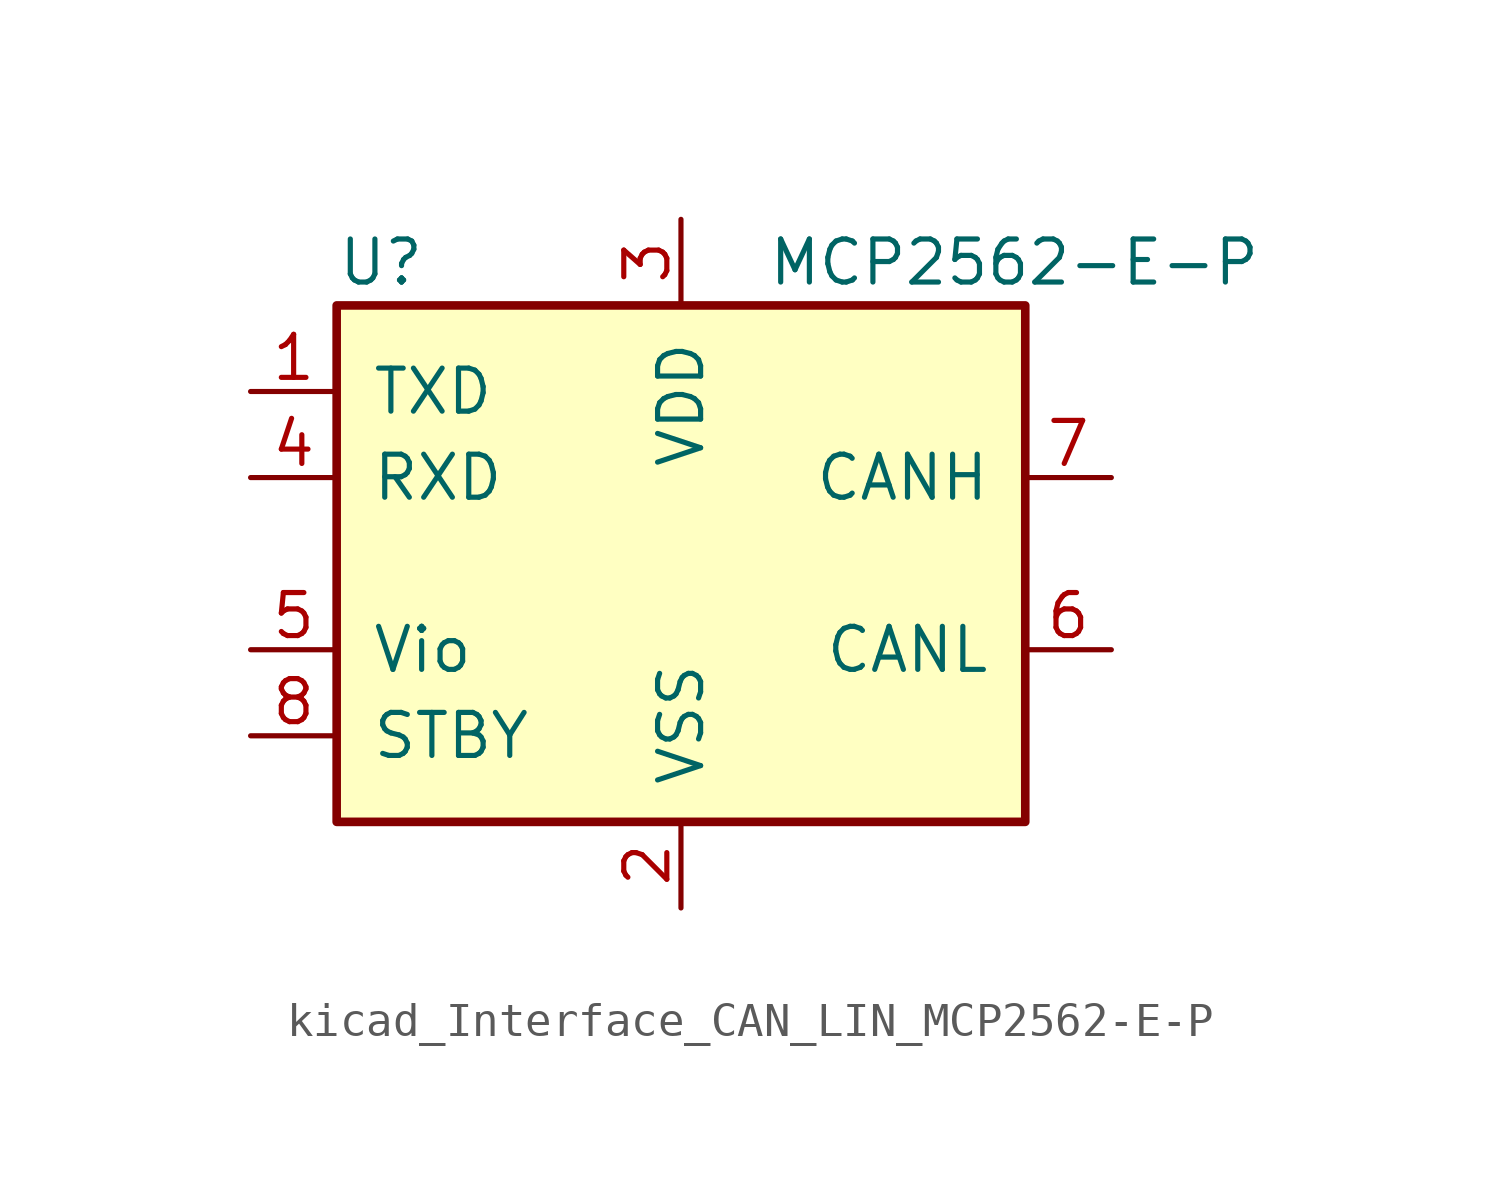
<source format=kicad_sym>
(kicad_symbol_lib
  (version 20220914)
  (generator kicad_symbol_editor)
  (symbol "kicad_Interface_CAN_LIN_MCP2562-E-P"
    (pin_names
      (offset 1.016))
    (property "Reference" "U"
      (at -10.16 8.89 0)
      (effects (font (size 1.27 1.27)) (justify left)))
    (property "Value" "MCP2562-E-P"
      (at 2.54 8.89 0)
      (effects (font (size 1.27 1.27)) (justify left)))
    (symbol "kicad_Interface_CAN_LIN_MCP2562-E-P_0_1"
      (rectangle (start -10.16 7.62) (end 10.16 -7.62) (stroke (width 0.254) (type default)) (fill (type background))))
    (symbol "kicad_Interface_CAN_LIN_MCP2562-E-P_1_1"
      (pin input line (at -12.7 5.08 0) (length 2.54) (name "TXD" (effects (font (size 1.27 1.27)))) (number "1" (effects (font (size 1.27 1.27)))))
      (pin power_in line (at 0 -10.16 90) (length 2.54) (name "VSS" (effects (font (size 1.27 1.27)))) (number "2" (effects (font (size 1.27 1.27)))))
      (pin power_in line (at 0 10.16 270) (length 2.54) (name "VDD" (effects (font (size 1.27 1.27)))) (number "3" (effects (font (size 1.27 1.27)))))
      (pin output line (at -12.7 2.54 0) (length 2.54) (name "RXD" (effects (font (size 1.27 1.27)))) (number "4" (effects (font (size 1.27 1.27)))))
      (pin power_in line (at -12.7 -2.54 0) (length 2.54) (name "Vio" (effects (font (size 1.27 1.27)))) (number "5" (effects (font (size 1.27 1.27)))))
      (pin bidirectional line (at 12.7 -2.54 180) (length 2.54) (name "CANL" (effects (font (size 1.27 1.27)))) (number "6" (effects (font (size 1.27 1.27)))))
      (pin bidirectional line (at 12.7 2.54 180) (length 2.54) (name "CANH" (effects (font (size 1.27 1.27)))) (number "7" (effects (font (size 1.27 1.27)))))
      (pin input line (at -12.7 -5.08 0) (length 2.54) (name "STBY" (effects (font (size 1.27 1.27)))) (number "8" (effects (font (size 1.27 1.27))))))))
</source>
